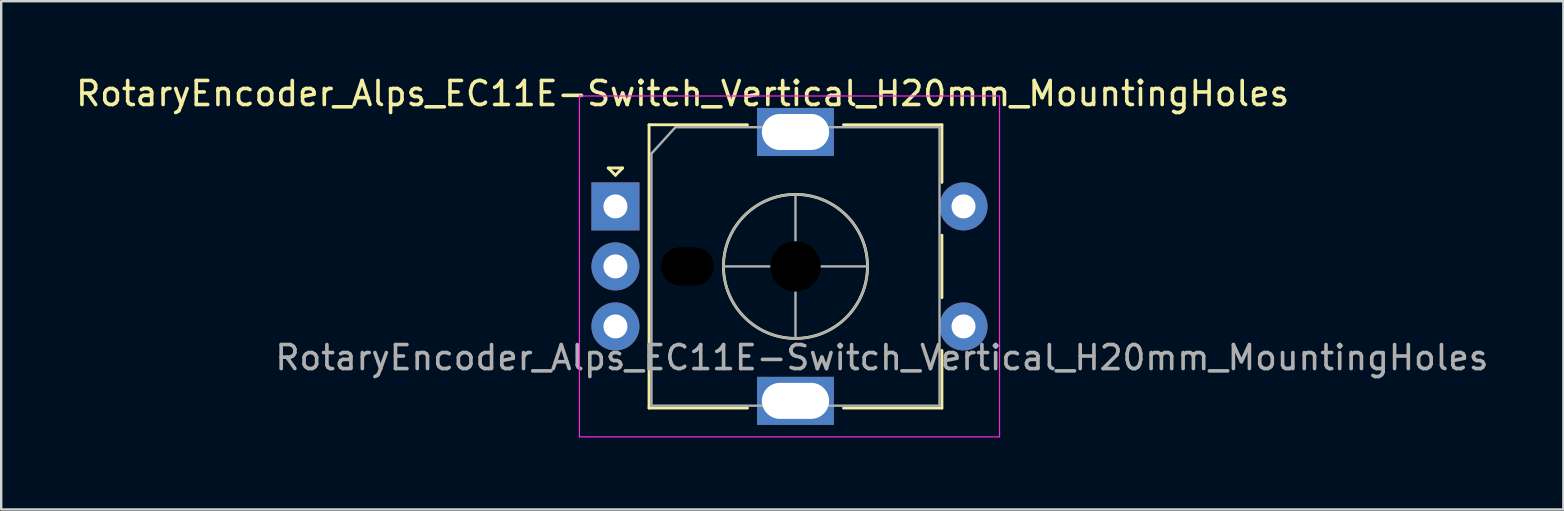
<source format=kicad_pcb>
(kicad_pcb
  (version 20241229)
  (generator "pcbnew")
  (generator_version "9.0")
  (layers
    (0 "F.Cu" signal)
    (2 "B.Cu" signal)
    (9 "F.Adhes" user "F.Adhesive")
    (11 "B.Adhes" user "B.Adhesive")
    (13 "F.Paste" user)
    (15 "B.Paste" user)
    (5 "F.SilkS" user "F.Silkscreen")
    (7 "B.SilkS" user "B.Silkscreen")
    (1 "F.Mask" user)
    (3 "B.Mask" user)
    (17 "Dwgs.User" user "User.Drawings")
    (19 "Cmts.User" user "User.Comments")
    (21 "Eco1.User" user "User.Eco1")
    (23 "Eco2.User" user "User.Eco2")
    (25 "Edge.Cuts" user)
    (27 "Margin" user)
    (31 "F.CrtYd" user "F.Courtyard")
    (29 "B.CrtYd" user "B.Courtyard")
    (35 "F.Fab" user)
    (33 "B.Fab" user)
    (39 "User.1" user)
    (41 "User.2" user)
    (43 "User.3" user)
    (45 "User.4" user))
  (footprint "RotaryEncoder_Alps_EC11E-Switch_Vertical_H20mm_MountingHoles"
    (layer "F.Cu")
    (at 22.587 5.548)
    (property "Reference" "RotaryEncoder_Alps_EC11E-Switch_Vertical_H20mm_MountingHoles" (at 2.8 -4.7 0) (layer "F.SilkS") (effects (font (size 1 1) (thickness 0.15))))
    (attr through_hole)
    (fp_line (start -0.3 -1.6) (end 0.3 -1.6) (stroke (width 0.12) (type solid)) (layer "F.SilkS"))
    (fp_line (start 0 -1.3) (end -0.3 -1.6) (stroke (width 0.12) (type solid)) (layer "F.SilkS"))
    (fp_line (start 0.3 -1.6) (end 0 -1.3) (stroke (width 0.12) (type solid)) (layer "F.SilkS"))
    (fp_line (start 1.4 -3.4) (end 1.4 8.4) (stroke (width 0.12) (type solid)) (layer "F.SilkS"))
    (fp_line (start 5.5 -3.4) (end 1.4 -3.4) (stroke (width 0.12) (type solid)) (layer "F.SilkS"))
    (fp_line (start 5.5 8.4) (end 1.4 8.4) (stroke (width 0.12) (type solid)) (layer "F.SilkS"))
    (fp_line (start 9.5 -3.4) (end 13.6 -3.4) (stroke (width 0.12) (type solid)) (layer "F.SilkS"))
    (fp_line (start 13.6 -3.4) (end 13.6 -1) (stroke (width 0.12) (type solid)) (layer "F.SilkS"))
    (fp_line (start 13.6 1.2) (end 13.6 3.8) (stroke (width 0.12) (type solid)) (layer "F.SilkS"))
    (fp_line (start 13.6 6) (end 13.6 8.4) (stroke (width 0.12) (type solid)) (layer "F.SilkS"))
    (fp_line (start 13.6 8.4) (end 9.5 8.4) (stroke (width 0.12) (type solid)) (layer "F.SilkS"))
    (fp_circle (center 7.5 2.5) (end 10.5 2.5) (stroke (width 0.12) (type solid)) (fill no) (layer "F.SilkS"))
    (fp_line (start -1.5 -4.6) (end -1.5 9.6) (stroke (width 0.05) (type solid)) (layer "F.CrtYd"))
    (fp_line (start -1.5 -4.6) (end 16 -4.6) (stroke (width 0.05) (type solid)) (layer "F.CrtYd"))
    (fp_line (start 16 9.6) (end -1.5 9.6) (stroke (width 0.05) (type solid)) (layer "F.CrtYd"))
    (fp_line (start 16 9.6) (end 16 -4.6) (stroke (width 0.05) (type solid)) (layer "F.CrtYd"))
    (fp_line (start 1.5 -2.2) (end 2.5 -3.3) (stroke (width 0.1) (type solid)) (layer "F.Fab"))
    (fp_line (start 1.5 8.3) (end 1.5 -2.2) (stroke (width 0.1) (type solid)) (layer "F.Fab"))
    (fp_line (start 2.5 -3.3) (end 13.5 -3.3) (stroke (width 0.1) (type solid)) (layer "F.Fab"))
    (fp_line (start 4.5 2.5) (end 10.5 2.5) (stroke (width 0.1) (type solid)) (layer "F.Fab"))
    (fp_line (start 7.5 -0.5) (end 7.5 5.5) (stroke (width 0.1) (type solid)) (layer "F.Fab"))
    (fp_line (start 13.5 -3.3) (end 13.5 8.3) (stroke (width 0.1) (type solid)) (layer "F.Fab"))
    (fp_line (start 13.5 8.3) (end 1.5 8.3) (stroke (width 0.1) (type solid)) (layer "F.Fab"))
    (fp_circle (center 7.5 2.5) (end 10.5 2.5) (stroke (width 0.1) (type solid)) (fill no) (layer "F.Fab"))
    (fp_text user "${REFERENCE}" (at 11.1 6.3 0) (layer "F.Fab") (effects (font (size 1 1) (thickness 0.15))))
    (pad "" np_thru_hole oval (at 3 2.5) (size 2.2 1.6) (drill oval 2.2 1.6) (layers "*.Mask"))
    (pad "" np_thru_hole circle (at 7.5 2.5) (size 2.1 2.1) (drill 2.1) (layers "*.Mask"))
    (pad "A" thru_hole rect (at 0 0) (size 2 2) (drill 1) (layers "*.Cu" "*.Mask"))
    (pad "B" thru_hole circle (at 0 5) (size 2 2) (drill 1) (layers "*.Cu" "*.Mask"))
    (pad "C" thru_hole circle (at 0 2.5) (size 2 2) (drill 1) (layers "*.Cu" "*.Mask"))
    (pad "MP" thru_hole rect (at 7.5 -3.1) (size 3.2 2) (drill oval 2.8 1.5) (layers "*.Cu" "*.Mask"))
    (pad "MP" thru_hole rect (at 7.5 8.1) (size 3.2 2) (drill oval 2.8 1.5) (layers "*.Cu" "*.Mask"))
    (pad "S1" thru_hole circle (at 14.5 5) (size 2 2) (drill 1) (layers "*.Cu" "*.Mask"))
    (pad "S2" thru_hole circle (at 14.5 0) (size 2 2) (drill 1) (layers "*.Cu" "*.Mask")))
  (gr_rect
    (start -3 -3)
    (end 62.074 18.173)
    (stroke (width 0.1) (type default))
    (fill no)
    (layer "Edge.Cuts")))
</source>
